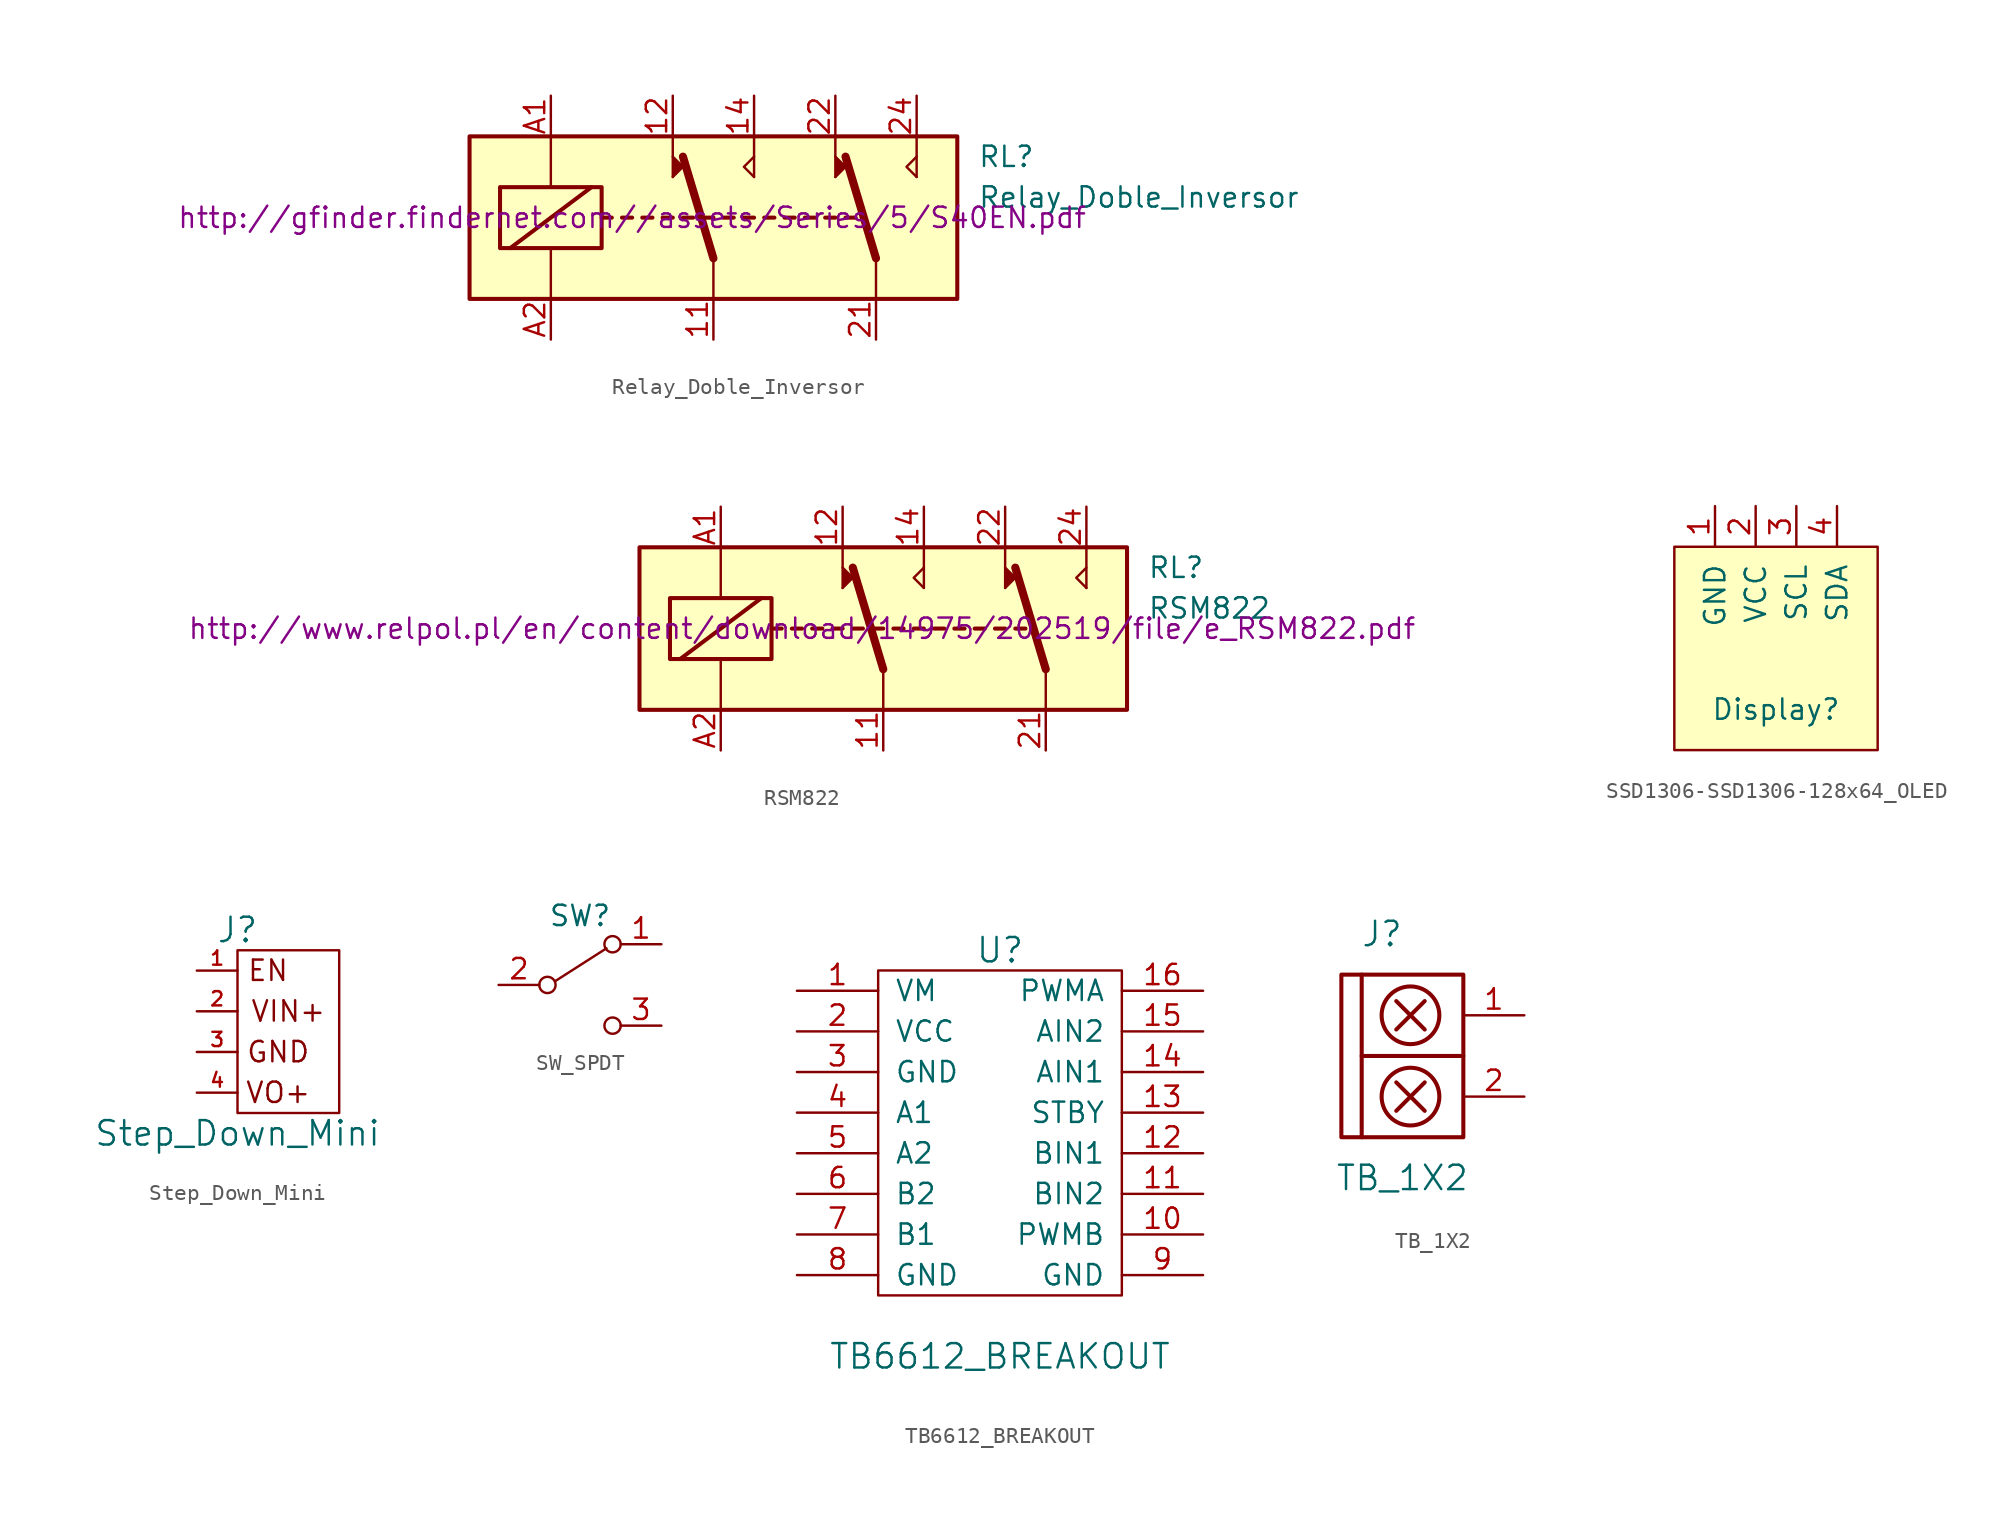
<source format=kicad_sym>
(kicad_symbol_lib
  (version 20211014)
  (generator kicad_symbol_editor)
  (symbol "Relay_Doble_Inversor"
    (pin_names
      (offset 1.016))
    (property "Reference" "RL"
      (at 21.59 3.81 0)
      (effects (font (size 1.27 1.27)) (justify left)))
    (property "Value" "Relay_Doble_Inversor"
      (at 21.59 1.27 0)
      (effects (font (size 1.27 1.27)) (justify left)))
    (property "Footprint" ""
      (at 0 0 0)
      (effects (font (size 1.27 1.27))))
    (property "Datasheet" "http://gfinder.findernet.com//assets/Series/5/S40EN.pdf"
      (at 0 0 0)
      (effects (font (size 1.27 1.27))))
    (symbol "Relay_Doble_Inversor_0_1"
      (rectangle (start -10.16 5.08) (end 20.32 -5.08) (stroke (width 0.254) (type default) (color 0 0 0 0)) (fill (type background)))
      (rectangle (start -8.255 1.905) (end -1.905 -1.905) (stroke (width 0.254) (type default) (color 0 0 0 0)) (fill (type none)))
      (polyline (pts (xy -7.62 -1.905) (xy -2.54 1.905)) (stroke (width 0.254) (type default) (color 0 0 0 0)) (fill (type none)))
      (polyline (pts (xy -5.08 -5.08) (xy -5.08 -1.905)) (stroke (width 0) (type default) (color 0 0 0 0)) (fill (type none)))
      (polyline (pts (xy -5.08 5.08) (xy -5.08 1.905)) (stroke (width 0) (type default) (color 0 0 0 0)) (fill (type none)))
      (polyline (pts (xy -1.905 0) (xy -1.27 0)) (stroke (width 0.254) (type default) (color 0 0 0 0)) (fill (type none)))
      (polyline (pts (xy -0.635 0) (xy 0 0)) (stroke (width 0.254) (type default) (color 0 0 0 0)) (fill (type none)))
      (polyline (pts (xy 0.635 0) (xy 1.27 0)) (stroke (width 0.254) (type default) (color 0 0 0 0)) (fill (type none)))
      (polyline (pts (xy 1.905 0) (xy 2.54 0)) (stroke (width 0.254) (type default) (color 0 0 0 0)) (fill (type none)))
      (polyline (pts (xy 2.54 2.54) (xy 2.54 5.08)) (stroke (width 0) (type default) (color 0 0 0 0)) (fill (type none)))
      (polyline (pts (xy 3.175 0) (xy 3.81 0)) (stroke (width 0.254) (type default) (color 0 0 0 0)) (fill (type none)))
      (polyline (pts (xy 4.445 0) (xy 5.08 0)) (stroke (width 0.254) (type default) (color 0 0 0 0)) (fill (type none)))
      (polyline (pts (xy 5.08 -2.54) (xy 3.175 3.81)) (stroke (width 0.508) (type default) (color 0 0 0 0)) (fill (type none)))
      (polyline (pts (xy 5.08 -2.54) (xy 5.08 -5.08)) (stroke (width 0) (type default) (color 0 0 0 0)) (fill (type none)))
      (polyline (pts (xy 5.715 0) (xy 6.35 0)) (stroke (width 0.254) (type default) (color 0 0 0 0)) (fill (type none)))
      (polyline (pts (xy 6.985 0) (xy 7.62 0)) (stroke (width 0.254) (type default) (color 0 0 0 0)) (fill (type none)))
      (polyline (pts (xy 7.62 2.54) (xy 7.62 5.08)) (stroke (width 0) (type default) (color 0 0 0 0)) (fill (type none)))
      (polyline (pts (xy 8.255 0) (xy 8.89 0)) (stroke (width 0.254) (type default) (color 0 0 0 0)) (fill (type none)))
      (polyline (pts (xy 9.525 0) (xy 10.16 0)) (stroke (width 0.254) (type default) (color 0 0 0 0)) (fill (type none)))
      (polyline (pts (xy 10.795 0) (xy 11.43 0)) (stroke (width 0.254) (type default) (color 0 0 0 0)) (fill (type none)))
      (polyline (pts (xy 12.065 0) (xy 12.7 0)) (stroke (width 0.254) (type default) (color 0 0 0 0)) (fill (type none)))
      (polyline (pts (xy 12.7 2.54) (xy 12.7 5.08)) (stroke (width 0) (type default) (color 0 0 0 0)) (fill (type none)))
      (polyline (pts (xy 13.335 0) (xy 13.97 0)) (stroke (width 0.254) (type default) (color 0 0 0 0)) (fill (type none)))
      (polyline (pts (xy 15.24 -2.54) (xy 13.335 3.81)) (stroke (width 0.508) (type default) (color 0 0 0 0)) (fill (type none)))
      (polyline (pts (xy 15.24 -2.54) (xy 15.24 -5.08)) (stroke (width 0) (type default) (color 0 0 0 0)) (fill (type none)))
      (polyline (pts (xy 17.78 2.54) (xy 17.78 5.08)) (stroke (width 0) (type default) (color 0 0 0 0)) (fill (type none)))
      (polyline (pts (xy 2.54 2.54) (xy 3.175 3.175) (xy 2.54 3.81)) (stroke (width 0) (type default) (color 0 0 0 0)) (fill (type outline)))
      (polyline (pts (xy 7.62 2.54) (xy 6.985 3.175) (xy 7.62 3.81)) (stroke (width 0) (type default) (color 0 0 0 0)) (fill (type none)))
      (polyline (pts (xy 12.7 2.54) (xy 13.335 3.175) (xy 12.7 3.81)) (stroke (width 0) (type default) (color 0 0 0 0)) (fill (type outline)))
      (polyline (pts (xy 17.78 2.54) (xy 17.145 3.175) (xy 17.78 3.81)) (stroke (width 0) (type default) (color 0 0 0 0)) (fill (type none))))
    (symbol "Relay_Doble_Inversor_1_1"
      (pin passive line (at 5.08 -7.62 90) (length 2.54) (name "~" (effects (font (size 1.27 1.27)))) (number "11" (effects (font (size 1.27 1.27)))))
      (pin passive line (at 2.54 7.62 270) (length 2.54) (name "~" (effects (font (size 1.27 1.27)))) (number "12" (effects (font (size 1.27 1.27)))))
      (pin passive line (at 7.62 7.62 270) (length 2.54) (name "~" (effects (font (size 1.27 1.27)))) (number "14" (effects (font (size 1.27 1.27)))))
      (pin passive line (at 15.24 -7.62 90) (length 2.54) (name "~" (effects (font (size 1.27 1.27)))) (number "21" (effects (font (size 1.27 1.27)))))
      (pin passive line (at 12.7 7.62 270) (length 2.54) (name "~" (effects (font (size 1.27 1.27)))) (number "22" (effects (font (size 1.27 1.27)))))
      (pin passive line (at 17.78 7.62 270) (length 2.54) (name "~" (effects (font (size 1.27 1.27)))) (number "24" (effects (font (size 1.27 1.27)))))
      (pin passive line (at -5.08 7.62 270) (length 2.54) (name "~" (effects (font (size 1.27 1.27)))) (number "A1" (effects (font (size 1.27 1.27)))))
      (pin passive line (at -5.08 -7.62 90) (length 2.54) (name "~" (effects (font (size 1.27 1.27)))) (number "A2" (effects (font (size 1.27 1.27)))))))
  (symbol "RSM822"
    (pin_names
      (offset 1.016))
    (property "Reference" "RL"
      (at 21.59 3.81 0)
      (effects (font (size 1.27 1.27)) (justify left)))
    (property "Value" "RSM822"
      (at 21.59 1.27 0)
      (effects (font (size 1.27 1.27)) (justify left)))
    (property "Footprint" ""
      (at 0 0 0)
      (effects (font (size 1.27 1.27))))
    (property "Datasheet" "http://www.relpol.pl/en/content/download/14975/202519/file/e_RSM822.pdf"
      (at 0 0 0)
      (effects (font (size 1.27 1.27))))
    (symbol "RSM822_0_1"
      (rectangle (start -10.16 5.08) (end 20.32 -5.08) (stroke (width 0.254) (type default) (color 0 0 0 0)) (fill (type background)))
      (rectangle (start -8.255 1.905) (end -1.905 -1.905) (stroke (width 0.254) (type default) (color 0 0 0 0)) (fill (type none)))
      (polyline (pts (xy -7.62 -1.905) (xy -2.54 1.905)) (stroke (width 0.254) (type default) (color 0 0 0 0)) (fill (type none)))
      (polyline (pts (xy -5.08 -5.08) (xy -5.08 -1.905)) (stroke (width 0) (type default) (color 0 0 0 0)) (fill (type none)))
      (polyline (pts (xy -5.08 5.08) (xy -5.08 1.905)) (stroke (width 0) (type default) (color 0 0 0 0)) (fill (type none)))
      (polyline (pts (xy -1.905 0) (xy -1.27 0)) (stroke (width 0.254) (type default) (color 0 0 0 0)) (fill (type none)))
      (polyline (pts (xy -0.635 0) (xy 0 0)) (stroke (width 0.254) (type default) (color 0 0 0 0)) (fill (type none)))
      (polyline (pts (xy 0.635 0) (xy 1.27 0)) (stroke (width 0.254) (type default) (color 0 0 0 0)) (fill (type none)))
      (polyline (pts (xy 1.905 0) (xy 2.54 0)) (stroke (width 0.254) (type default) (color 0 0 0 0)) (fill (type none)))
      (polyline (pts (xy 2.54 2.54) (xy 2.54 5.08)) (stroke (width 0) (type default) (color 0 0 0 0)) (fill (type none)))
      (polyline (pts (xy 3.175 0) (xy 3.81 0)) (stroke (width 0.254) (type default) (color 0 0 0 0)) (fill (type none)))
      (polyline (pts (xy 4.445 0) (xy 5.08 0)) (stroke (width 0.254) (type default) (color 0 0 0 0)) (fill (type none)))
      (polyline (pts (xy 5.08 -2.54) (xy 3.175 3.81)) (stroke (width 0.508) (type default) (color 0 0 0 0)) (fill (type none)))
      (polyline (pts (xy 5.08 -2.54) (xy 5.08 -5.08)) (stroke (width 0) (type default) (color 0 0 0 0)) (fill (type none)))
      (polyline (pts (xy 5.715 0) (xy 6.35 0)) (stroke (width 0.254) (type default) (color 0 0 0 0)) (fill (type none)))
      (polyline (pts (xy 6.985 0) (xy 7.62 0)) (stroke (width 0.254) (type default) (color 0 0 0 0)) (fill (type none)))
      (polyline (pts (xy 7.62 2.54) (xy 7.62 5.08)) (stroke (width 0) (type default) (color 0 0 0 0)) (fill (type none)))
      (polyline (pts (xy 8.255 0) (xy 8.89 0)) (stroke (width 0.254) (type default) (color 0 0 0 0)) (fill (type none)))
      (polyline (pts (xy 9.525 0) (xy 10.16 0)) (stroke (width 0.254) (type default) (color 0 0 0 0)) (fill (type none)))
      (polyline (pts (xy 10.795 0) (xy 11.43 0)) (stroke (width 0.254) (type default) (color 0 0 0 0)) (fill (type none)))
      (polyline (pts (xy 12.065 0) (xy 12.7 0)) (stroke (width 0.254) (type default) (color 0 0 0 0)) (fill (type none)))
      (polyline (pts (xy 12.7 2.54) (xy 12.7 5.08)) (stroke (width 0) (type default) (color 0 0 0 0)) (fill (type none)))
      (polyline (pts (xy 13.335 0) (xy 13.97 0)) (stroke (width 0.254) (type default) (color 0 0 0 0)) (fill (type none)))
      (polyline (pts (xy 15.24 -2.54) (xy 13.335 3.81)) (stroke (width 0.508) (type default) (color 0 0 0 0)) (fill (type none)))
      (polyline (pts (xy 15.24 -2.54) (xy 15.24 -5.08)) (stroke (width 0) (type default) (color 0 0 0 0)) (fill (type none)))
      (polyline (pts (xy 17.78 2.54) (xy 17.78 5.08)) (stroke (width 0) (type default) (color 0 0 0 0)) (fill (type none)))
      (polyline (pts (xy 2.54 2.54) (xy 3.175 3.175) (xy 2.54 3.81)) (stroke (width 0) (type default) (color 0 0 0 0)) (fill (type outline)))
      (polyline (pts (xy 7.62 2.54) (xy 6.985 3.175) (xy 7.62 3.81)) (stroke (width 0) (type default) (color 0 0 0 0)) (fill (type none)))
      (polyline (pts (xy 12.7 2.54) (xy 13.335 3.175) (xy 12.7 3.81)) (stroke (width 0) (type default) (color 0 0 0 0)) (fill (type outline)))
      (polyline (pts (xy 17.78 2.54) (xy 17.145 3.175) (xy 17.78 3.81)) (stroke (width 0) (type default) (color 0 0 0 0)) (fill (type none))))
    (symbol "RSM822_1_1"
      (pin passive line (at 5.08 -7.62 90) (length 2.54) (name "~" (effects (font (size 1.27 1.27)))) (number "11" (effects (font (size 1.27 1.27)))))
      (pin passive line (at 2.54 7.62 270) (length 2.54) (name "~" (effects (font (size 1.27 1.27)))) (number "12" (effects (font (size 1.27 1.27)))))
      (pin passive line (at 7.62 7.62 270) (length 2.54) (name "~" (effects (font (size 1.27 1.27)))) (number "14" (effects (font (size 1.27 1.27)))))
      (pin passive line (at 15.24 -7.62 90) (length 2.54) (name "~" (effects (font (size 1.27 1.27)))) (number "21" (effects (font (size 1.27 1.27)))))
      (pin passive line (at 12.7 7.62 270) (length 2.54) (name "~" (effects (font (size 1.27 1.27)))) (number "22" (effects (font (size 1.27 1.27)))))
      (pin passive line (at 17.78 7.62 270) (length 2.54) (name "~" (effects (font (size 1.27 1.27)))) (number "24" (effects (font (size 1.27 1.27)))))
      (pin passive line (at -5.08 7.62 270) (length 2.54) (name "~" (effects (font (size 1.27 1.27)))) (number "A1" (effects (font (size 1.27 1.27)))))
      (pin passive line (at -5.08 -7.62 90) (length 2.54) (name "~" (effects (font (size 1.27 1.27)))) (number "A2" (effects (font (size 1.27 1.27)))))))
  (symbol "SSD1306-SSD1306-128x64_OLED"
    (pin_names
      (offset 1.016))
    (property "Reference" "Display"
      (at 0 -3.81 0)
      (effects (font (size 1.27 1.27))))
    (symbol "SSD1306-SSD1306-128x64_OLED_0_1"
      (rectangle (start -6.35 6.35) (end 6.35 -6.35) (stroke (width 0) (type default) (color 0 0 0 0)) (fill (type background))))
    (symbol "SSD1306-SSD1306-128x64_OLED_1_1"
      (pin input line (at -3.81 8.89 270) (length 2.54) (name "GND" (effects (font (size 1.27 1.27)))) (number "1" (effects (font (size 1.27 1.27)))))
      (pin input line (at -1.27 8.89 270) (length 2.54) (name "VCC" (effects (font (size 1.27 1.27)))) (number "2" (effects (font (size 1.27 1.27)))))
      (pin input line (at 1.27 8.89 270) (length 2.54) (name "SCL" (effects (font (size 1.27 1.27)))) (number "3" (effects (font (size 1.27 1.27)))))
      (pin input line (at 3.81 8.89 270) (length 2.54) (name "SDA" (effects (font (size 1.27 1.27)))) (number "4" (effects (font (size 1.27 1.27)))))))
  (symbol "Step_Down_Mini"
    (pin_names
      (offset 0))
    (property "Reference" "J"
      (at 0 6.35 0)
      (effects (font (size 1.524 1.524))))
    (property "Value" "Step_Down_Mini"
      (at 0 -6.35 0)
      (effects (font (size 1.524 1.524))))
    (property "Datasheet" ""
      (at 0 0 0)
      (effects (font (size 1.524 1.524))))
    (symbol "Step_Down_Mini_0_0"
      (text "EN" (at 1.905 3.81 0) (effects (font (size 1.27 1.27))))
      (text "GND" (at 2.54 -1.27 0) (effects (font (size 1.27 1.27))))
      (text "VIN+" (at 3.175 1.27 0) (effects (font (size 1.27 1.27))))
      (text "VO+" (at 2.54 -3.81 0) (effects (font (size 1.27 1.27)))))
    (symbol "Step_Down_Mini_0_1"
      (rectangle (start 6.35 5.08) (end 0 -5.08) (stroke (width 0) (type default) (color 0 0 0 0)) (fill (type none))))
    (symbol "Step_Down_Mini_1_1"
      (pin passive line (at -2.54 3.81 0) (length 2.54) (name "~" (effects (font (size 1.27 1.27)))) (number "1" (effects (font (size 0.889 0.889)))))
      (pin passive line (at -2.54 1.27 0) (length 2.54) (name "~" (effects (font (size 1.27 1.27)))) (number "2" (effects (font (size 0.889 0.889)))))
      (pin passive line (at -2.54 -1.27 0) (length 2.54) (name "~" (effects (font (size 1.27 1.27)))) (number "3" (effects (font (size 0.889 0.889)))))
      (pin passive line (at -2.54 -3.81 0) (length 2.54) (name "~" (effects (font (size 1.27 1.27)))) (number "4" (effects (font (size 0.889 0.889)))))))
  (symbol "SW_SPDT"
    (pin_names
      (offset 0) hide)
    (property "Reference" "SW"
      (at 0 4.318 0)
      (effects (font (size 1.27 1.27))))
    (property "Footprint" ""
      (at 0 0 0)
      (effects (font (size 1.27 1.27))))
    (property "Datasheet" ""
      (at 0 0 0)
      (effects (font (size 1.27 1.27))))
    (symbol "SW_SPDT_0_0"
      (circle (center -2.032 0) (radius 0.508) (stroke (width 0) (type default) (color 0 0 0 0)) (fill (type none)))
      (circle (center 2.032 -2.54) (radius 0.508) (stroke (width 0) (type default) (color 0 0 0 0)) (fill (type none))))
    (symbol "SW_SPDT_0_1"
      (polyline (pts (xy -1.524 0.254) (xy 1.651 2.286)) (stroke (width 0) (type default) (color 0 0 0 0)) (fill (type none)))
      (circle (center 2.032 2.54) (radius 0.508) (stroke (width 0) (type default) (color 0 0 0 0)) (fill (type none))))
    (symbol "SW_SPDT_1_1"
      (pin passive line (at 5.08 2.54 180) (length 2.54) (name "A" (effects (font (size 1.27 1.27)))) (number "1" (effects (font (size 1.27 1.27)))))
      (pin passive line (at -5.08 0 0) (length 2.54) (name "B" (effects (font (size 1.27 1.27)))) (number "2" (effects (font (size 1.27 1.27)))))
      (pin passive line (at 5.08 -2.54 180) (length 2.54) (name "C" (effects (font (size 1.27 1.27)))) (number "3" (effects (font (size 1.27 1.27)))))))
  (symbol "TB6612_BREAKOUT"
    (pin_names
      (offset 1.016))
    (property "Reference" "U"
      (at 0 11.43 0)
      (effects (font (size 1.524 1.524))))
    (property "Value" "TB6612_BREAKOUT"
      (at 0 -13.97 0)
      (effects (font (size 1.524 1.524))))
    (symbol "TB6612_BREAKOUT_0_1"
      (rectangle (start -7.62 10.16) (end 7.62 -10.16) (stroke (width 0) (type default) (color 0 0 0 0)) (fill (type none))))
    (symbol "TB6612_BREAKOUT_1_1"
      (pin passive line (at -12.7 8.89 0) (length 5.08) (name "VM" (effects (font (size 1.27 1.27)))) (number "1" (effects (font (size 1.27 1.27)))))
      (pin passive line (at 12.7 -6.35 180) (length 5.08) (name "PWMB" (effects (font (size 1.27 1.27)))) (number "10" (effects (font (size 1.27 1.27)))))
      (pin passive line (at 12.7 -3.81 180) (length 5.08) (name "BIN2" (effects (font (size 1.27 1.27)))) (number "11" (effects (font (size 1.27 1.27)))))
      (pin passive line (at 12.7 -1.27 180) (length 5.08) (name "BIN1" (effects (font (size 1.27 1.27)))) (number "12" (effects (font (size 1.27 1.27)))))
      (pin passive line (at 12.7 1.27 180) (length 5.08) (name "STBY" (effects (font (size 1.27 1.27)))) (number "13" (effects (font (size 1.27 1.27)))))
      (pin passive line (at 12.7 3.81 180) (length 5.08) (name "AIN1" (effects (font (size 1.27 1.27)))) (number "14" (effects (font (size 1.27 1.27)))))
      (pin passive line (at 12.7 6.35 180) (length 5.08) (name "AIN2" (effects (font (size 1.27 1.27)))) (number "15" (effects (font (size 1.27 1.27)))))
      (pin passive line (at 12.7 8.89 180) (length 5.08) (name "PWMA" (effects (font (size 1.27 1.27)))) (number "16" (effects (font (size 1.27 1.27)))))
      (pin passive line (at -12.7 6.35 0) (length 5.08) (name "VCC" (effects (font (size 1.27 1.27)))) (number "2" (effects (font (size 1.27 1.27)))))
      (pin passive line (at -12.7 3.81 0) (length 5.08) (name "GND" (effects (font (size 1.27 1.27)))) (number "3" (effects (font (size 1.27 1.27)))))
      (pin passive line (at -12.7 1.27 0) (length 5.08) (name "A1" (effects (font (size 1.27 1.27)))) (number "4" (effects (font (size 1.27 1.27)))))
      (pin passive line (at -12.7 -1.27 0) (length 5.08) (name "A2" (effects (font (size 1.27 1.27)))) (number "5" (effects (font (size 1.27 1.27)))))
      (pin passive line (at -12.7 -3.81 0) (length 5.08) (name "B2" (effects (font (size 1.27 1.27)))) (number "6" (effects (font (size 1.27 1.27)))))
      (pin passive line (at -12.7 -6.35 0) (length 5.08) (name "B1" (effects (font (size 1.27 1.27)))) (number "7" (effects (font (size 1.27 1.27)))))
      (pin passive line (at -12.7 -8.89 0) (length 5.08) (name "GND" (effects (font (size 1.27 1.27)))) (number "8" (effects (font (size 1.27 1.27)))))
      (pin passive line (at 12.7 -8.89 180) (length 5.08) (name "GND" (effects (font (size 1.27 1.27)))) (number "9" (effects (font (size 1.27 1.27)))))))
  (symbol "TB_1X2"
    (pin_names
      (offset 1.016))
    (property "Reference" "J"
      (at 0 7.62 0)
      (effects (font (size 1.524 1.524))))
    (property "Value" "TB_1X2"
      (at 1.27 -7.62 0)
      (effects (font (size 1.524 1.524))))
    (property "Footprint" ""
      (at -1.27 1.27 0)
      (effects (font (size 1.524 1.524))))
    (property "Datasheet" ""
      (at -1.27 1.27 0)
      (effects (font (size 1.524 1.524))))
    (symbol "TB_1X2_0_1"
      (rectangle (start -2.54 5.08) (end 5.08 -5.08) (stroke (width 0.254) (type default) (color 0 0 0 0)) (fill (type none)))
      (polyline (pts (xy -1.27 0) (xy 5.08 0)) (stroke (width 0.254) (type default) (color 0 0 0 0)) (fill (type none)))
      (polyline (pts (xy -1.27 5.08) (xy -1.27 -5.08)) (stroke (width 0.254) (type default) (color 0 0 0 0)) (fill (type none)))
      (polyline (pts (xy 0.889 -3.429) (xy 2.667 -1.651)) (stroke (width 0.254) (type default) (color 0 0 0 0)) (fill (type none)))
      (polyline (pts (xy 0.889 -1.651) (xy 2.667 -3.429)) (stroke (width 0.254) (type default) (color 0 0 0 0)) (fill (type none)))
      (polyline (pts (xy 0.889 1.651) (xy 2.667 3.429)) (stroke (width 0.254) (type default) (color 0 0 0 0)) (fill (type none)))
      (polyline (pts (xy 0.889 3.429) (xy 2.667 1.651)) (stroke (width 0.254) (type default) (color 0 0 0 0)) (fill (type none)))
      (circle (center 1.778 -2.54) (radius 1.803) (stroke (width 0.254) (type default) (color 0 0 0 0)) (fill (type none)))
      (circle (center 1.778 2.54) (radius 1.803) (stroke (width 0.254) (type default) (color 0 0 0 0)) (fill (type none))))
    (symbol "TB_1X2_1_1"
      (pin input line (at 8.89 2.54 180) (length 3.81) (name "~" (effects (font (size 1.27 1.27)))) (number "1" (effects (font (size 1.27 1.27)))))
      (pin input line (at 8.89 -2.54 180) (length 3.81) (name "~" (effects (font (size 1.27 1.27)))) (number "2" (effects (font (size 1.27 1.27))))))))
</source>
